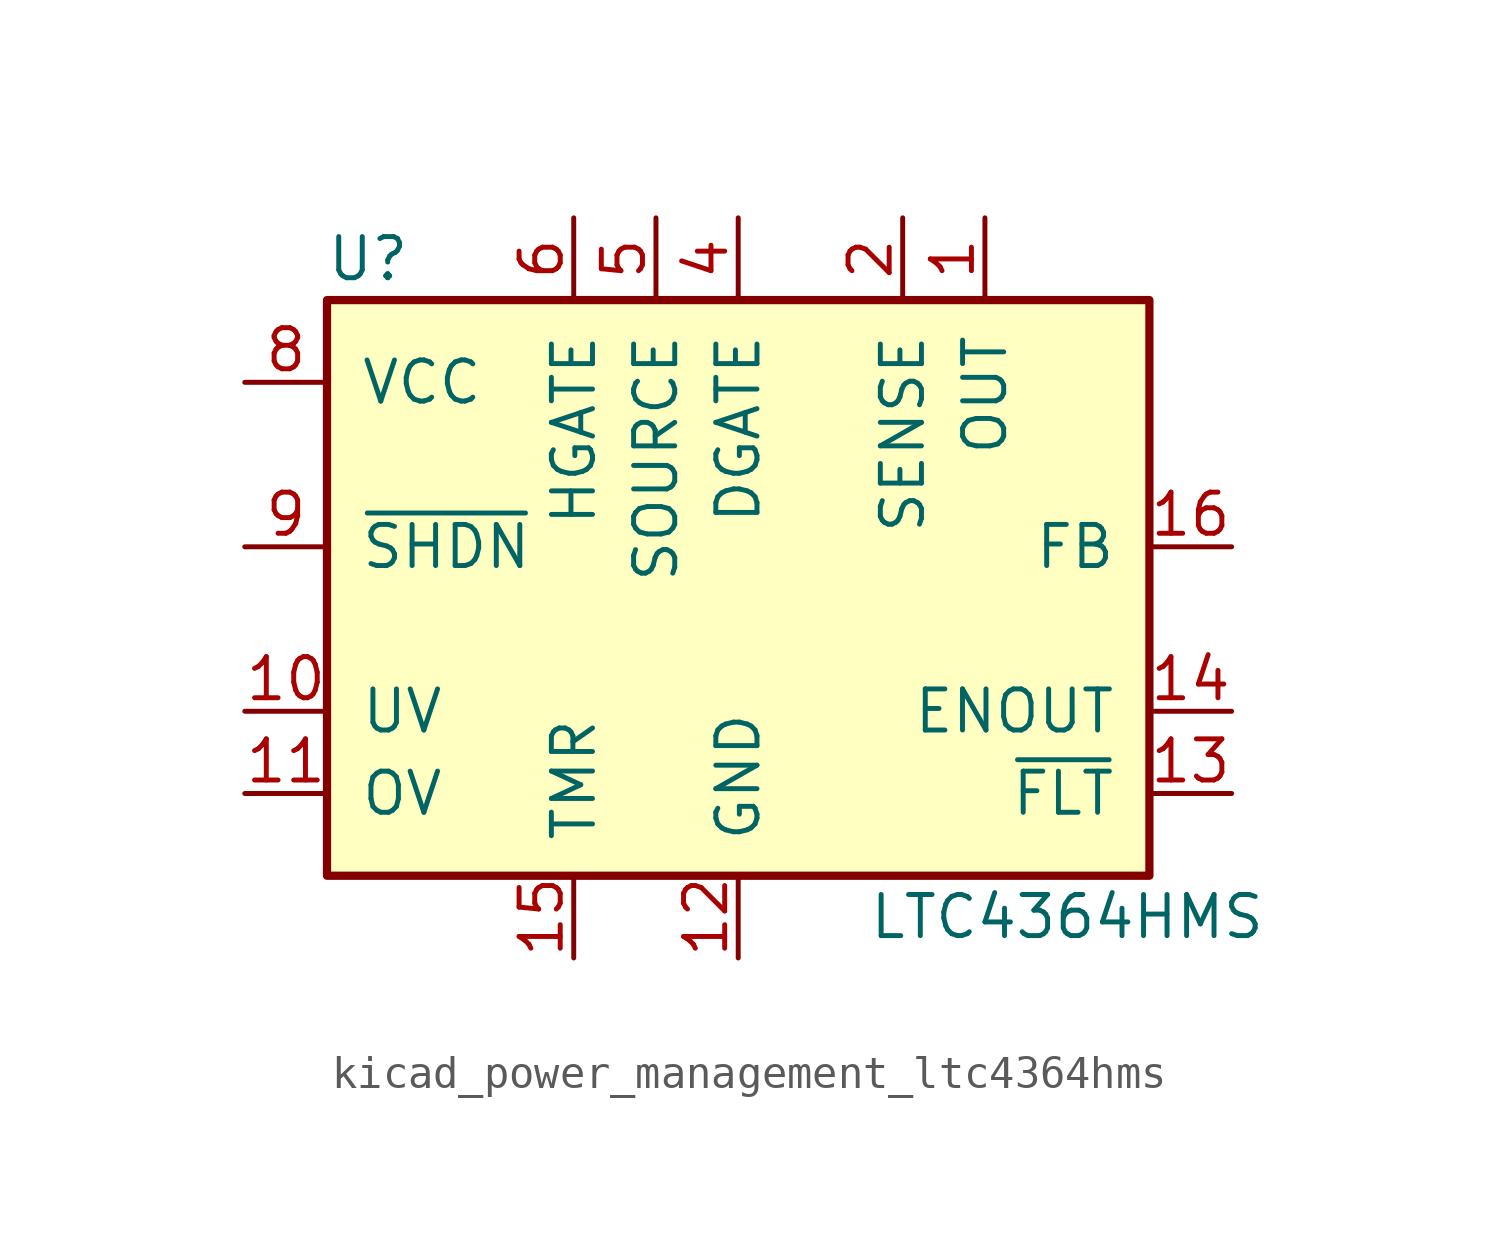
<source format=kicad_sym>
(kicad_symbol_lib
  (version 20220914)
  (generator kicad_symbol_editor)
  (symbol "kicad_power_management_ltc4364hms"
    (pin_names
      (offset 1.016))
    (property "Reference" "U"
      (at -11.43 8.89 0)
      (effects (font (size 1.27 1.27))))
    (property "Value" "LTC4364HMS"
      (at 10.16 -11.43 0)
      (effects (font (size 1.27 1.27))))
    (symbol "kicad_power_management_ltc4364hms_0_1"
      (rectangle (start -12.7 7.62) (end 12.7 -10.16) (stroke (width 0.254) (type default)) (fill (type background))))
    (symbol "kicad_power_management_ltc4364hms_1_1"
      (pin input line (at 7.62 10.16 270) (length 2.54) (name "OUT" (effects (font (size 1.27 1.27)))) (number "1" (effects (font (size 1.27 1.27)))))
      (pin input line (at -15.24 -5.08 0) (length 2.54) (name "UV" (effects (font (size 1.27 1.27)))) (number "10" (effects (font (size 1.27 1.27)))))
      (pin input line (at -15.24 -7.62 0) (length 2.54) (name "OV" (effects (font (size 1.27 1.27)))) (number "11" (effects (font (size 1.27 1.27)))))
      (pin power_in line (at 0 -12.7 90) (length 2.54) (name "GND" (effects (font (size 1.27 1.27)))) (number "12" (effects (font (size 1.27 1.27)))))
      (pin open_collector line (at 15.24 -7.62 180) (length 2.54) (name "~{FLT}" (effects (font (size 1.27 1.27)))) (number "13" (effects (font (size 1.27 1.27)))))
      (pin open_collector line (at 15.24 -5.08 180) (length 2.54) (name "ENOUT" (effects (font (size 1.27 1.27)))) (number "14" (effects (font (size 1.27 1.27)))))
      (pin input line (at -5.08 -12.7 90) (length 2.54) (name "TMR" (effects (font (size 1.27 1.27)))) (number "15" (effects (font (size 1.27 1.27)))))
      (pin input line (at 15.24 0 180) (length 2.54) (name "FB" (effects (font (size 1.27 1.27)))) (number "16" (effects (font (size 1.27 1.27)))))
      (pin input line (at 5.08 10.16 270) (length 2.54) (name "SENSE" (effects (font (size 1.27 1.27)))) (number "2" (effects (font (size 1.27 1.27)))))
      (pin no_connect line (at 12.7 2.54 180) (length 2.54) hide (name "NC" (effects (font (size 1.27 1.27)))) (number "3" (effects (font (size 1.27 1.27)))))
      (pin output line (at 0 10.16 270) (length 2.54) (name "DGATE" (effects (font (size 1.27 1.27)))) (number "4" (effects (font (size 1.27 1.27)))))
      (pin input line (at -2.54 10.16 270) (length 2.54) (name "SOURCE" (effects (font (size 1.27 1.27)))) (number "5" (effects (font (size 1.27 1.27)))))
      (pin output line (at -5.08 10.16 270) (length 2.54) (name "HGATE" (effects (font (size 1.27 1.27)))) (number "6" (effects (font (size 1.27 1.27)))))
      (pin no_connect line (at 12.7 5.08 180) (length 2.54) hide (name "NC" (effects (font (size 1.27 1.27)))) (number "7" (effects (font (size 1.27 1.27)))))
      (pin power_in line (at -15.24 5.08 0) (length 2.54) (name "VCC" (effects (font (size 1.27 1.27)))) (number "8" (effects (font (size 1.27 1.27)))))
      (pin input line (at -15.24 0 0) (length 2.54) (name "~{SHDN}" (effects (font (size 1.27 1.27)))) (number "9" (effects (font (size 1.27 1.27))))))))
</source>
